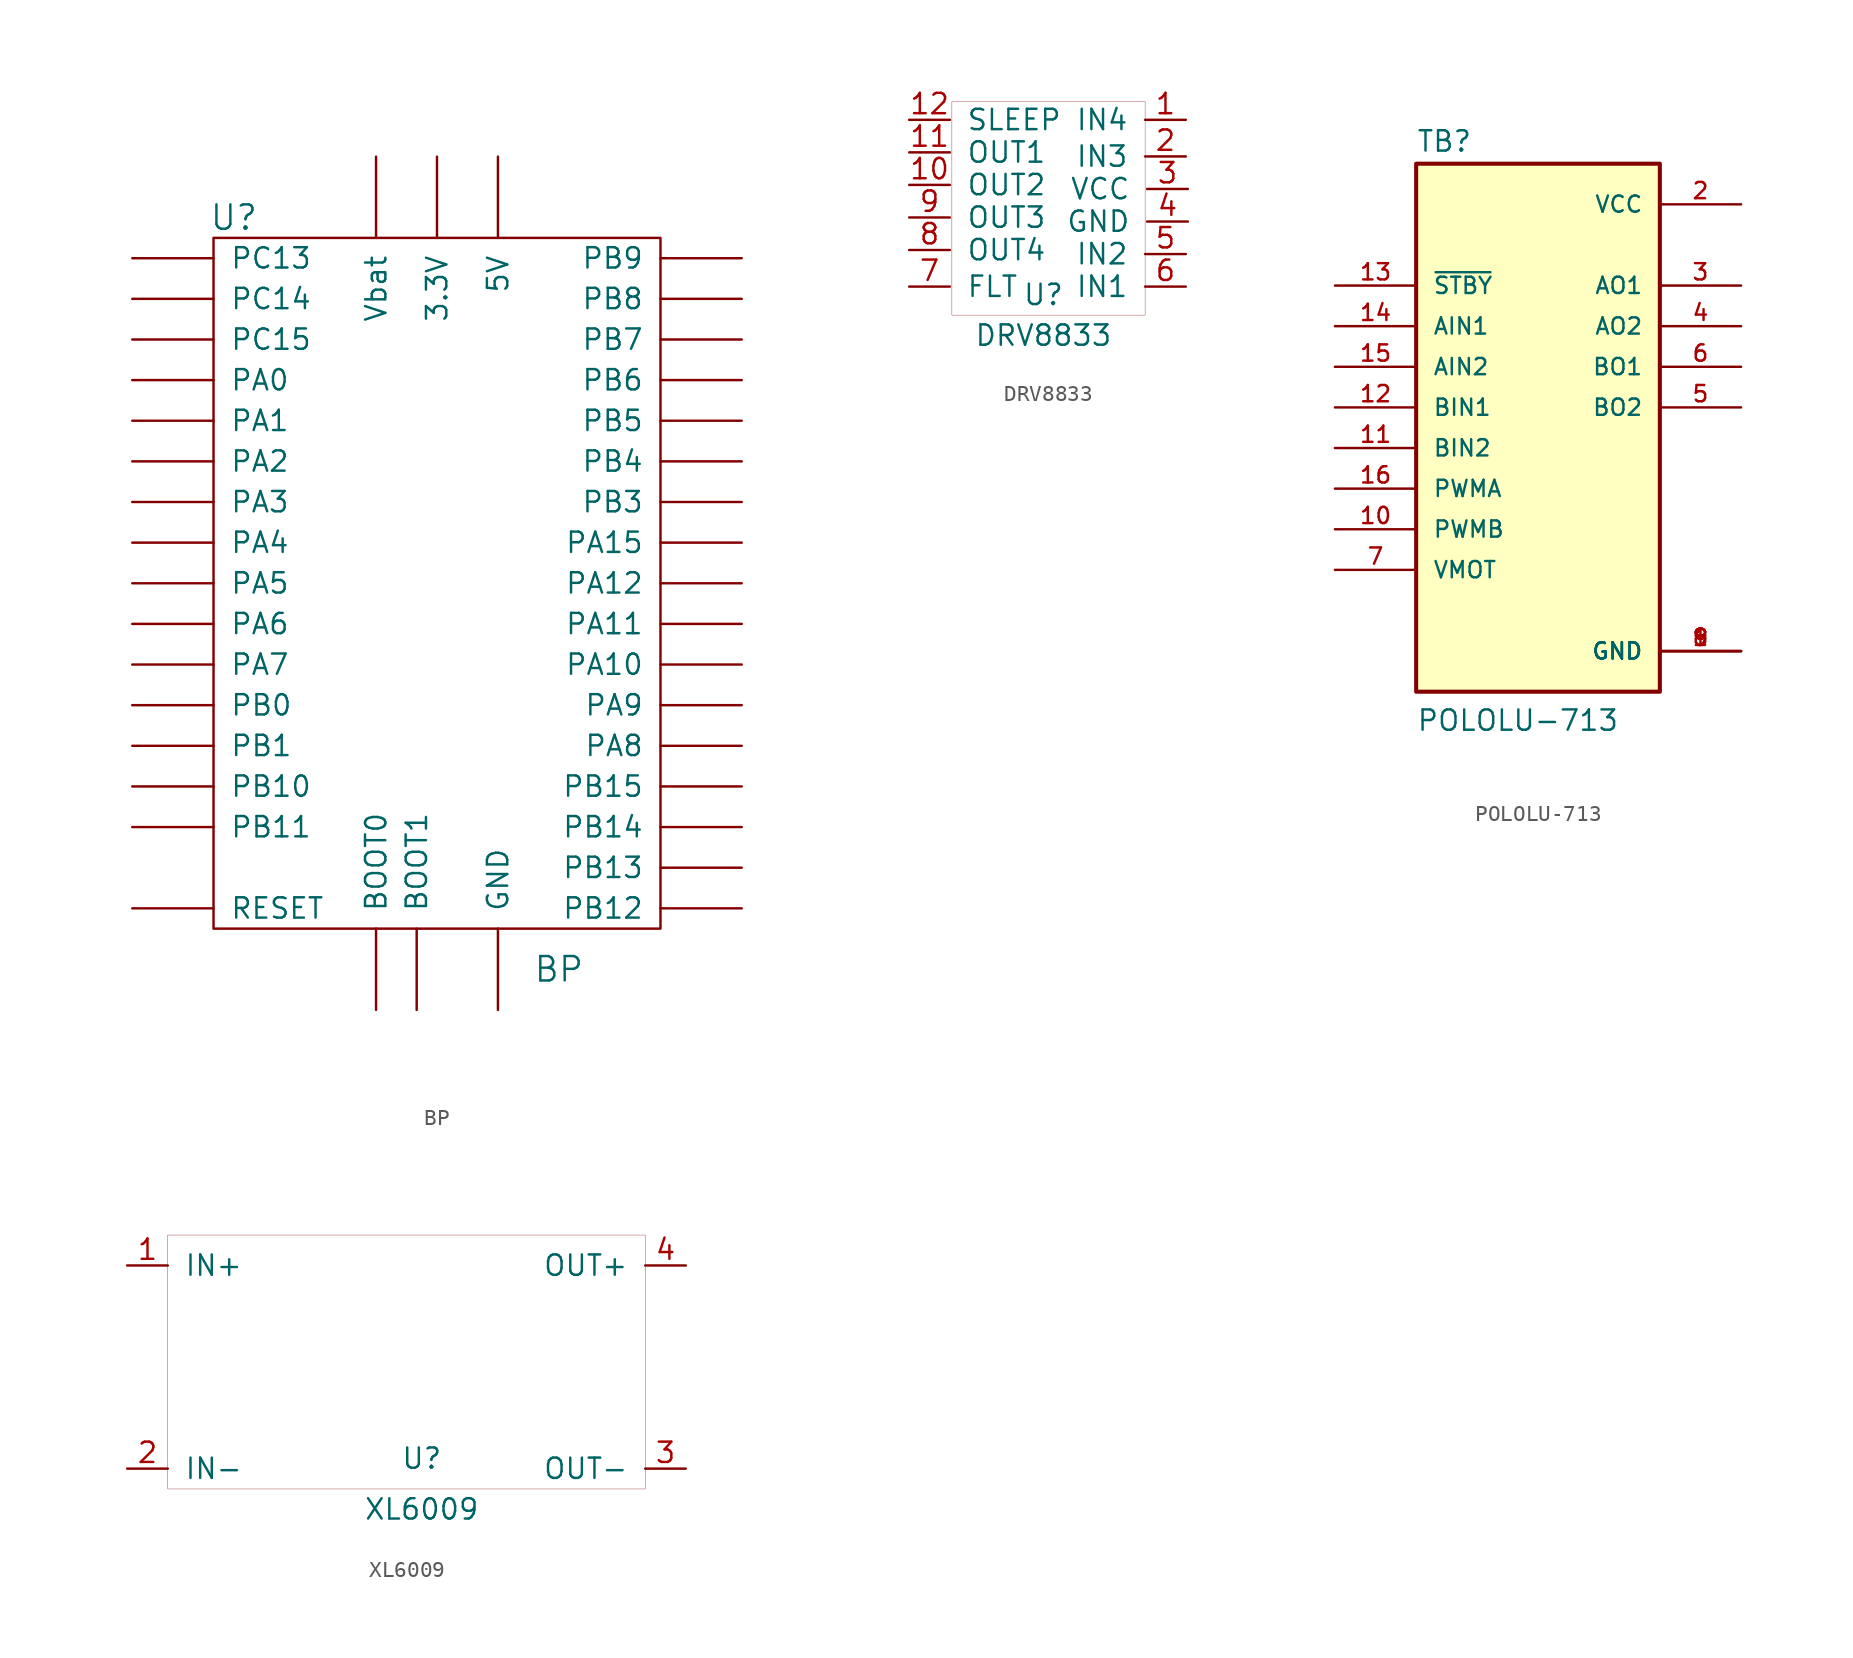
<source format=kicad_sym>
(kicad_symbol_lib
  (version 20200908)
  (generator kicad_symbol_editor)
  (symbol "cheap_mouse:BP"
    (pin_numbers hide)
    (pin_names
      (offset 1.016))
    (property "Reference" "U"
      (at -12.7 22.86 0)
      (effects (font (size 1.524 1.524))))
    (property "Value" "BP"
      (at 7.62 -24.13 0)
      (effects (font (size 1.524 1.524))))
    (symbol "BP_0_1"
      (rectangle (start -13.97 21.59) (end 13.97 -21.59) (stroke (width 0)) (fill (type none))))
    (symbol "BP_1_1"
      (pin power_out line (at 3.81 -26.67 90) (length 5.08) (name "GND" (effects (font (size 1.27 1.27)))) (number "G" (effects (font (size 1.27 1.27)))))
      (pin power_out line (at 3.81 26.67 270) (length 5.08) (name "5V" (effects (font (size 1.27 1.27)))) (number "5V" (effects (font (size 1.27 1.27)))))
      (pin bidirectional line (at -19.05 12.7 0) (length 5.08) (name "PA0" (effects (font (size 1.27 1.27)))) (number "PA0" (effects (font (size 1.27 1.27)))))
      (pin bidirectional line (at -19.05 -7.62 0) (length 5.08) (name "PB0" (effects (font (size 1.27 1.27)))) (number "PB0" (effects (font (size 1.27 1.27)))))
      (pin bidirectional line (at -19.05 10.16 0) (length 5.08) (name "PA1" (effects (font (size 1.27 1.27)))) (number "PA1" (effects (font (size 1.27 1.27)))))
      (pin bidirectional line (at -19.05 -10.16 0) (length 5.08) (name "PB1" (effects (font (size 1.27 1.27)))) (number "PB1" (effects (font (size 1.27 1.27)))))
      (pin bidirectional line (at -19.05 7.62 0) (length 5.08) (name "PA2" (effects (font (size 1.27 1.27)))) (number "PA2" (effects (font (size 1.27 1.27)))))
      (pin input line (at -1.27 -26.67 90) (length 5.08) (name "BOOT1" (effects (font (size 1.27 1.27)))) (number "PB2" (effects (font (size 1.27 1.27)))))
      (pin bidirectional line (at -19.05 5.08 0) (length 5.08) (name "PA3" (effects (font (size 1.27 1.27)))) (number "PA3" (effects (font (size 1.27 1.27)))))
      (pin bidirectional line (at 19.05 5.08 180) (length 5.08) (name "PB3" (effects (font (size 1.27 1.27)))) (number "PB3" (effects (font (size 1.27 1.27)))))
      (pin power_out line (at 0 26.67 270) (length 5.08) (name "3.3V" (effects (font (size 1.27 1.27)))) (number "3V3" (effects (font (size 1.27 1.27)))))
      (pin bidirectional line (at -19.05 2.54 0) (length 5.08) (name "PA4" (effects (font (size 1.27 1.27)))) (number "PA4" (effects (font (size 1.27 1.27)))))
      (pin bidirectional line (at 19.05 7.62 180) (length 5.08) (name "PB4" (effects (font (size 1.27 1.27)))) (number "PB4" (effects (font (size 1.27 1.27)))))
      (pin bidirectional line (at -19.05 0 0) (length 5.08) (name "PA5" (effects (font (size 1.27 1.27)))) (number "PA5" (effects (font (size 1.27 1.27)))))
      (pin bidirectional line (at 19.05 10.16 180) (length 5.08) (name "PB5" (effects (font (size 1.27 1.27)))) (number "PB5" (effects (font (size 1.27 1.27)))))
      (pin bidirectional line (at -19.05 -2.54 0) (length 5.08) (name "PA6" (effects (font (size 1.27 1.27)))) (number "PA6" (effects (font (size 1.27 1.27)))))
      (pin bidirectional line (at 19.05 12.7 180) (length 5.08) (name "PB6" (effects (font (size 1.27 1.27)))) (number "PB6" (effects (font (size 1.27 1.27)))))
      (pin bidirectional line (at -19.05 -5.08 0) (length 5.08) (name "PA7" (effects (font (size 1.27 1.27)))) (number "PA7" (effects (font (size 1.27 1.27)))))
      (pin bidirectional line (at 19.05 15.24 180) (length 5.08) (name "PB7" (effects (font (size 1.27 1.27)))) (number "PB7" (effects (font (size 1.27 1.27)))))
      (pin bidirectional line (at 19.05 -10.16 180) (length 5.08) (name "PA8" (effects (font (size 1.27 1.27)))) (number "PA8" (effects (font (size 1.27 1.27)))))
      (pin bidirectional line (at 19.05 17.78 180) (length 5.08) (name "PB8" (effects (font (size 1.27 1.27)))) (number "PB8" (effects (font (size 1.27 1.27)))))
      (pin bidirectional line (at 19.05 -7.62 180) (length 5.08) (name "PA9" (effects (font (size 1.27 1.27)))) (number "PA9" (effects (font (size 1.27 1.27)))))
      (pin bidirectional line (at 19.05 20.32 180) (length 5.08) (name "PB9" (effects (font (size 1.27 1.27)))) (number "PB9" (effects (font (size 1.27 1.27)))))
      (pin bidirectional line (at 19.05 -5.08 180) (length 5.08) (name "PA10" (effects (font (size 1.27 1.27)))) (number "PA10" (effects (font (size 1.27 1.27)))))
      (pin bidirectional line (at -19.05 -12.7 0) (length 5.08) (name "PB10" (effects (font (size 1.27 1.27)))) (number "PB10" (effects (font (size 1.27 1.27)))))
      (pin bidirectional line (at 19.05 -2.54 180) (length 5.08) (name "PA11" (effects (font (size 1.27 1.27)))) (number "PA11" (effects (font (size 1.27 1.27)))))
      (pin bidirectional line (at -19.05 -15.24 0) (length 5.08) (name "PB11" (effects (font (size 1.27 1.27)))) (number "PB11" (effects (font (size 1.27 1.27)))))
      (pin bidirectional line (at 19.05 0 180) (length 5.08) (name "PA12" (effects (font (size 1.27 1.27)))) (number "PA12" (effects (font (size 1.27 1.27)))))
      (pin bidirectional line (at 19.05 -20.32 180) (length 5.08) (name "PB12" (effects (font (size 1.27 1.27)))) (number "PB12" (effects (font (size 1.27 1.27)))))
      (pin bidirectional line (at 19.05 -17.78 180) (length 5.08) (name "PB13" (effects (font (size 1.27 1.27)))) (number "PB13" (effects (font (size 1.27 1.27)))))
      (pin bidirectional line (at -19.05 20.32 0) (length 5.08) (name "PC13" (effects (font (size 1.27 1.27)))) (number "PC13" (effects (font (size 1.27 1.27)))))
      (pin bidirectional line (at 19.05 -15.24 180) (length 5.08) (name "PB14" (effects (font (size 1.27 1.27)))) (number "PB14" (effects (font (size 1.27 1.27)))))
      (pin bidirectional line (at -19.05 17.78 0) (length 5.08) (name "PC14" (effects (font (size 1.27 1.27)))) (number "PC14" (effects (font (size 1.27 1.27)))))
      (pin bidirectional line (at 19.05 2.54 180) (length 5.08) (name "PA15" (effects (font (size 1.27 1.27)))) (number "PA15" (effects (font (size 1.27 1.27)))))
      (pin bidirectional line (at 19.05 -12.7 180) (length 5.08) (name "PB15" (effects (font (size 1.27 1.27)))) (number "PB15" (effects (font (size 1.27 1.27)))))
      (pin bidirectional line (at -19.05 15.24 0) (length 5.08) (name "PC15" (effects (font (size 1.27 1.27)))) (number "PC15" (effects (font (size 1.27 1.27)))))
      (pin power_in line (at -3.81 26.67 270) (length 5.08) (name "Vbat" (effects (font (size 1.27 1.27)))) (number "VBAT" (effects (font (size 1.27 1.27)))))
      (pin input line (at -3.81 -26.67 90) (length 5.08) (name "BOOT0" (effects (font (size 1.27 1.27)))) (number "BOOT" (effects (font (size 1.27 1.27)))))
      (pin input line (at -19.05 -20.32 0) (length 5.08) (name "RESET" (effects (font (size 1.27 1.27)))) (number "NRST" (effects (font (size 1.27 1.27)))))))
  (symbol "cheap_mouse:DRV8833"
    (pin_names
      (offset 1.016))
    (property "Reference" "U"
      (at 0 0 0)
      (effects (font (size 1.27 1.27))))
    (property "Value" "DRV8833"
      (at 0 -2.54 0)
      (effects (font (size 1.27 1.27))))
    (symbol "DRV8833_0_1"
      (rectangle (start -5.715 12.065) (end 6.35 -1.27) (stroke (width 0.001)) (fill (type none))))
    (symbol "DRV8833_1_1"
      (pin input line (at 8.89 10.922 180) (length 2.54) (name "IN4" (effects (font (size 1.27 1.27)))) (number "1" (effects (font (size 1.27 1.27)))))
      (pin input line (at 8.89 8.636 180) (length 2.54) (name "IN3" (effects (font (size 1.27 1.27)))) (number "2" (effects (font (size 1.27 1.27)))))
      (pin power_in line (at 9.017 4.572 180) (length 2.54) (name "GND" (effects (font (size 1.27 1.27)))) (number "4" (effects (font (size 1.27 1.27)))))
      (pin power_in line (at 9.017 6.604 180) (length 2.54) (name "VCC" (effects (font (size 1.27 1.27)))) (number "3" (effects (font (size 1.27 1.27)))))
      (pin input line (at 8.89 2.54 180) (length 2.54) (name "IN2" (effects (font (size 1.27 1.27)))) (number "5" (effects (font (size 1.27 1.27)))))
      (pin input line (at 8.89 0.508 180) (length 2.54) (name "IN1" (effects (font (size 1.27 1.27)))) (number "6" (effects (font (size 1.27 1.27)))))
      (pin input line (at -8.382 0.508 0) (length 2.54) (name "FLT" (effects (font (size 1.27 1.27)))) (number "7" (effects (font (size 1.27 1.27)))))
      (pin input line (at -8.382 2.794 0) (length 2.54) (name "OUT4" (effects (font (size 1.27 1.27)))) (number "8" (effects (font (size 1.27 1.27)))))
      (pin power_in line (at -8.382 4.826 0) (length 2.54) (name "OUT3" (effects (font (size 1.27 1.27)))) (number "9" (effects (font (size 1.27 1.27)))))
      (pin power_in line (at -8.382 6.858 0) (length 2.54) (name "OUT2" (effects (font (size 1.27 1.27)))) (number "10" (effects (font (size 1.27 1.27)))))
      (pin power_out line (at -8.382 8.89 0) (length 2.54) (name "OUT1" (effects (font (size 1.27 1.27)))) (number "11" (effects (font (size 1.27 1.27)))))
      (pin input line (at -8.382 10.922 0) (length 2.54) (name "SLEEP" (effects (font (size 1.27 1.27)))) (number "12" (effects (font (size 1.27 1.27)))))))
  (symbol "cheap_mouse:POLOLU-713"
    (pin_names
      (offset 1.016))
    (property "Reference" "TB"
      (at -7.62 15.9 0)
      (effects (font (size 1.27 1.27)) (justify left bottom)))
    (property "Value" "POLOLU-713"
      (at -7.62 -20.32 0)
      (effects (font (size 1.27 1.27)) (justify left bottom)))
    (property "ki_locked" ""
      (at 0 0 0)
      (effects (font (size 1.27 1.27))))
    (symbol "POLOLU-713_0_0"
      (rectangle (start -7.62 -17.78) (end 7.62 15.24) (stroke (width 0.254)) (fill (type background)))
      (pin power_in line (at 12.7 -15.24 180) (length 5.08) (name "GND" (effects (font (size 1.016 1.016)))) (number "1" (effects (font (size 1.016 1.016)))))
      (pin power_in line (at 12.7 -15.24 180) (length 5.08) (name "GND" (effects (font (size 1.016 1.016)))) (number "8" (effects (font (size 1.016 1.016)))))
      (pin power_in line (at 12.7 -15.24 180) (length 5.08) (name "GND" (effects (font (size 1.016 1.016)))) (number "9" (effects (font (size 1.016 1.016)))))
      (pin power_in line (at 12.7 12.7 180) (length 5.08) (name "VCC" (effects (font (size 1.016 1.016)))) (number "2" (effects (font (size 1.016 1.016)))))
      (pin output line (at 12.7 7.62 180) (length 5.08) (name "AO1" (effects (font (size 1.016 1.016)))) (number "3" (effects (font (size 1.016 1.016)))))
      (pin output line (at 12.7 5.08 180) (length 5.08) (name "AO2" (effects (font (size 1.016 1.016)))) (number "4" (effects (font (size 1.016 1.016)))))
      (pin output line (at 12.7 0 180) (length 5.08) (name "BO2" (effects (font (size 1.016 1.016)))) (number "5" (effects (font (size 1.016 1.016)))))
      (pin output line (at 12.7 2.54 180) (length 5.08) (name "BO1" (effects (font (size 1.016 1.016)))) (number "6" (effects (font (size 1.016 1.016)))))
      (pin input line (at -12.7 -10.16 0) (length 5.08) (name "VMOT" (effects (font (size 1.016 1.016)))) (number "7" (effects (font (size 1.016 1.016)))))
      (pin input line (at -12.7 -7.62 0) (length 5.08) (name "PWMB" (effects (font (size 1.016 1.016)))) (number "10" (effects (font (size 1.016 1.016)))))
      (pin input line (at -12.7 -2.54 0) (length 5.08) (name "BIN2" (effects (font (size 1.016 1.016)))) (number "11" (effects (font (size 1.016 1.016)))))
      (pin input line (at -12.7 0 0) (length 5.08) (name "BIN1" (effects (font (size 1.016 1.016)))) (number "12" (effects (font (size 1.016 1.016)))))
      (pin input line (at -12.7 7.62 0) (length 5.08) (name "~STBY" (effects (font (size 1.016 1.016)))) (number "13" (effects (font (size 1.016 1.016)))))
      (pin input line (at -12.7 5.08 0) (length 5.08) (name "AIN1" (effects (font (size 1.016 1.016)))) (number "14" (effects (font (size 1.016 1.016)))))
      (pin input line (at -12.7 2.54 0) (length 5.08) (name "AIN2" (effects (font (size 1.016 1.016)))) (number "15" (effects (font (size 1.016 1.016)))))
      (pin input line (at -12.7 -5.08 0) (length 5.08) (name "PWMA" (effects (font (size 1.016 1.016)))) (number "16" (effects (font (size 1.016 1.016)))))))
  (symbol "cheap_mouse:XL6009"
    (pin_names
      (offset 1.016))
    (property "Reference" "U"
      (at 0 0 0)
      (effects (font (size 1.27 1.27))))
    (property "Value" "XL6009"
      (at 0 -3.175 0)
      (effects (font (size 1.27 1.27))))
    (symbol "XL6009_0_1"
      (rectangle (start -15.875 13.97) (end 13.97 -1.905) (stroke (width 0.001)) (fill (type none))))
    (symbol "XL6009_1_1"
      (pin power_in line (at -18.415 12.065 0) (length 2.54) (name "IN+" (effects (font (size 1.27 1.27)))) (number "1" (effects (font (size 1.27 1.27)))))
      (pin power_in line (at -18.415 -0.635 0) (length 2.54) (name "IN-" (effects (font (size 1.27 1.27)))) (number "2" (effects (font (size 1.27 1.27)))))
      (pin power_out line (at 16.51 12.065 180) (length 2.54) (name "OUT+" (effects (font (size 1.27 1.27)))) (number "4" (effects (font (size 1.27 1.27)))))
      (pin power_out line (at 16.51 -0.635 180) (length 2.54) (name "OUT-" (effects (font (size 1.27 1.27)))) (number "3" (effects (font (size 1.27 1.27))))))))
</source>
